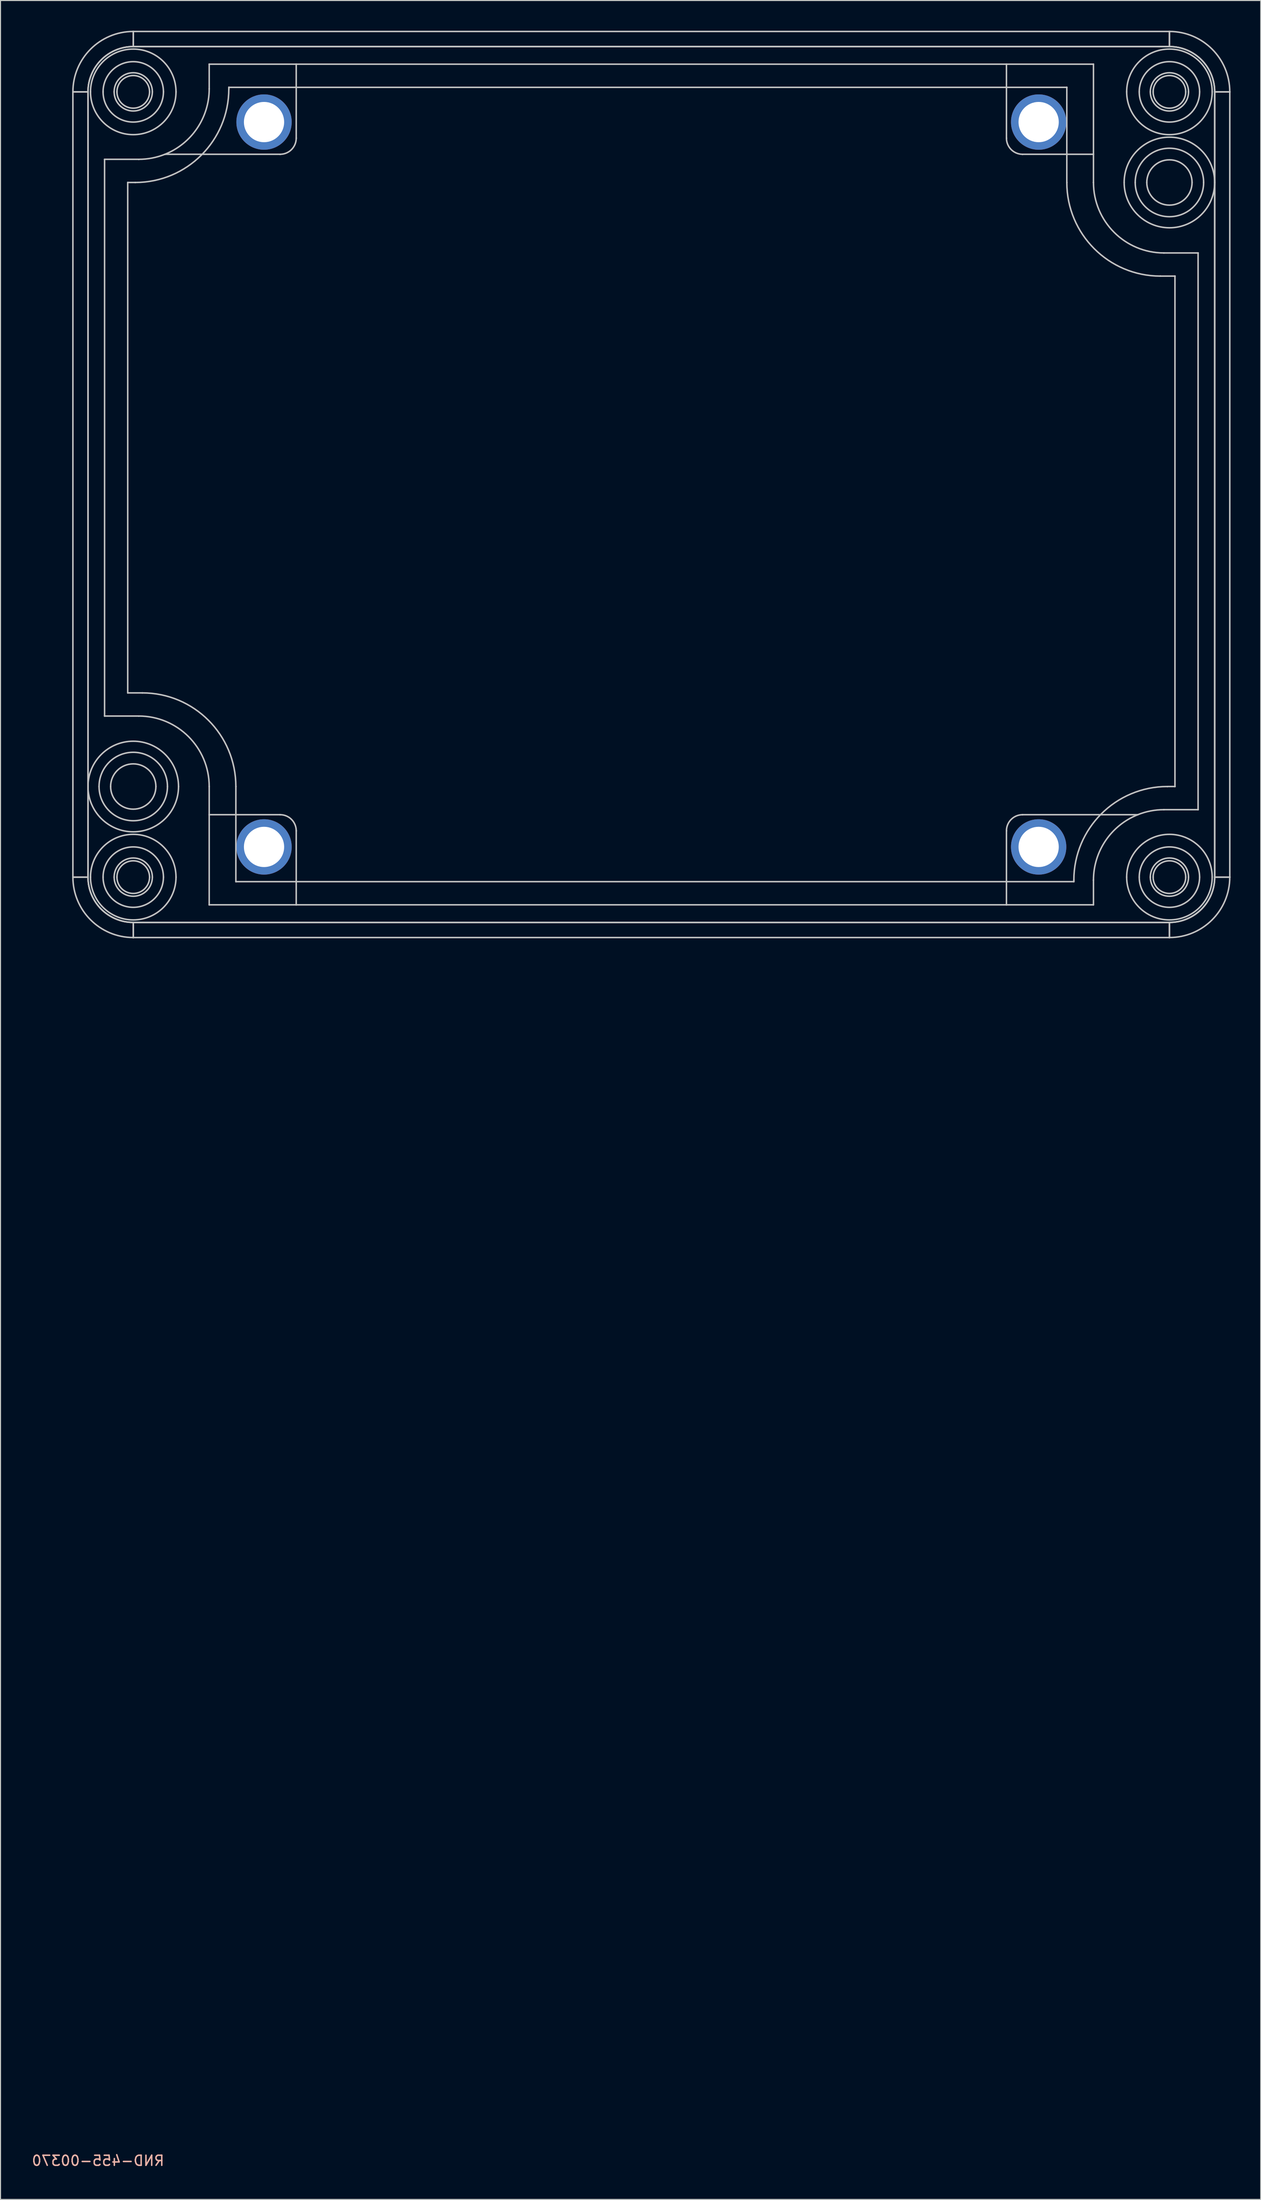
<source format=kicad_pcb>
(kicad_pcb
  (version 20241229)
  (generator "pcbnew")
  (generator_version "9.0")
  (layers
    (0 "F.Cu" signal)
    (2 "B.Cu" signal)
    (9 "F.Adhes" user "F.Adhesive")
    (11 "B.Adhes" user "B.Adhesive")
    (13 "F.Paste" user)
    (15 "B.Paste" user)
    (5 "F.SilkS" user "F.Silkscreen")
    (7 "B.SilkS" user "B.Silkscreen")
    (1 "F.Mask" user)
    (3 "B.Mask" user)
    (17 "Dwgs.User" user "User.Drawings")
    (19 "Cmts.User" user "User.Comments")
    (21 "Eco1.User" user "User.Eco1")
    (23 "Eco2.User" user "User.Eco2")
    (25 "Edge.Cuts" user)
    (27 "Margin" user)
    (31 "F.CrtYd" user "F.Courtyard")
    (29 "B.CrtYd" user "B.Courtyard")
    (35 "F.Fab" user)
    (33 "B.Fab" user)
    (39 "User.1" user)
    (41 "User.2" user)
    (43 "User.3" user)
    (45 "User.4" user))
  (footprint "RND-455-00370"
    (layer "F.Cu")
    (at 10.196 6.075)
    (property "Reference" "RND-455-00370" (at -3.5 205.5 0) (layer "B.SilkS") (effects (font (size 1 1) (thickness 0.15)) (justify mirror)))
    (attr through_hole)
    (fp_line (start -6 0) (end -6 0) (stroke (width 0.15) (type solid)) (layer "Dwgs.User"))
    (fp_line (start -6 0) (end -6 78) (stroke (width 0.15) (type solid)) (layer "Dwgs.User"))
    (fp_line (start -6 0) (end -4.5 0) (stroke (width 0.15) (type solid)) (layer "Dwgs.User"))
    (fp_line (start -6 78) (end -6 78) (stroke (width 0.15) (type solid)) (layer "Dwgs.User"))
    (fp_line (start -6 78) (end -4.5 78) (stroke (width 0.15) (type solid)) (layer "Dwgs.User"))
    (fp_line (start -6 0) (end -6 0) (stroke (width 0.15) (type solid)) (layer "Dwgs.User"))
    (fp_line (start -6 78) (end -6 78) (stroke (width 0.15) (type solid)) (layer "Dwgs.User"))
    (fp_line (start -4.5 0) (end -6 0) (stroke (width 0.15) (type solid)) (layer "Dwgs.User"))
    (fp_line (start -4.5 0) (end -4.5 78) (stroke (width 0.15) (type solid)) (layer "Dwgs.User"))
    (fp_line (start -4.5 78) (end -6 78) (stroke (width 0.15) (type solid)) (layer "Dwgs.User"))
    (fp_line (start -4.5 0) (end -4.5 78) (stroke (width 0.15) (type solid)) (layer "Dwgs.User"))
    (fp_line (start -2.85 6.7) (end -2.85 6.7) (stroke (width 0.15) (type solid)) (layer "Dwgs.User"))
    (fp_line (start -2.85 6.7) (end -2.85 62) (stroke (width 0.15) (type solid)) (layer "Dwgs.User"))
    (fp_line (start -2.85 6.7) (end 0.55 6.7) (stroke (width 0.15) (type solid)) (layer "Dwgs.User"))
    (fp_line (start -2.85 62) (end -2.85 62) (stroke (width 0.15) (type solid)) (layer "Dwgs.User"))
    (fp_line (start -0.55 9) (end -0.55 9) (stroke (width 0.15) (type solid)) (layer "Dwgs.User"))
    (fp_line (start -0.55 9) (end -0.55 59.7) (stroke (width 0.15) (type solid)) (layer "Dwgs.User"))
    (fp_line (start -0.55 59.7) (end -0.55 59.7) (stroke (width 0.15) (type solid)) (layer "Dwgs.User"))
    (fp_line (start -0.55 59.7) (end 0.9 59.7) (stroke (width 0.15) (type solid)) (layer "Dwgs.User"))
    (fp_line (start 0 -6) (end 0 -6) (stroke (width 0.15) (type solid)) (layer "Dwgs.User"))
    (fp_line (start 0 -6) (end 0 -6) (stroke (width 0.15) (type solid)) (layer "Dwgs.User"))
    (fp_line (start 0 -6) (end 0 -4.5) (stroke (width 0.15) (type solid)) (layer "Dwgs.User"))
    (fp_line (start 0 -6) (end 103 -6) (stroke (width 0.15) (type solid)) (layer "Dwgs.User"))
    (fp_line (start 0 -4.5) (end 0 -6) (stroke (width 0.15) (type solid)) (layer "Dwgs.User"))
    (fp_line (start 0 -4.5) (end 103 -4.5) (stroke (width 0.15) (type solid)) (layer "Dwgs.User"))
    (fp_line (start 0 -4.5) (end 103 -4.5) (stroke (width 0.15) (type solid)) (layer "Dwgs.User"))
    (fp_line (start 0 82.5) (end 0 84) (stroke (width 0.15) (type solid)) (layer "Dwgs.User"))
    (fp_line (start 0 82.5) (end 103 82.5) (stroke (width 0.15) (type solid)) (layer "Dwgs.User"))
    (fp_line (start 0 82.5) (end 103 82.5) (stroke (width 0.15) (type solid)) (layer "Dwgs.User"))
    (fp_line (start 0 84) (end 0 82.5) (stroke (width 0.15) (type solid)) (layer "Dwgs.User"))
    (fp_line (start 0 84) (end 0 84) (stroke (width 0.15) (type solid)) (layer "Dwgs.User"))
    (fp_line (start 0 84) (end 0 84) (stroke (width 0.15) (type solid)) (layer "Dwgs.User"))
    (fp_line (start 0 84) (end 103 84) (stroke (width 0.15) (type solid)) (layer "Dwgs.User"))
    (fp_line (start 0.2 9) (end -0.55 9) (stroke (width 0.15) (type solid)) (layer "Dwgs.User"))
    (fp_line (start 0.2 9) (end 0.2 9) (stroke (width 0.15) (type solid)) (layer "Dwgs.User"))
    (fp_line (start 0.55 6.7) (end 0.55 6.7) (stroke (width 0.15) (type solid)) (layer "Dwgs.User"))
    (fp_line (start 0.55 62) (end -2.85 62) (stroke (width 0.15) (type solid)) (layer "Dwgs.User"))
    (fp_line (start 0.55 62) (end 0.55 62) (stroke (width 0.15) (type solid)) (layer "Dwgs.User"))
    (fp_line (start 0.9 59.7) (end 0.9 59.7) (stroke (width 0.15) (type solid)) (layer "Dwgs.User"))
    (fp_line (start 3.148 6.2) (end 3.148 6.2) (stroke (width 0.15) (type solid)) (layer "Dwgs.User"))
    (fp_line (start 7.55 -2.75) (end 7.55 -2.75) (stroke (width 0.15) (type solid)) (layer "Dwgs.User"))
    (fp_line (start 7.55 -2.75) (end 16.2 -2.75) (stroke (width 0.15) (type solid)) (layer "Dwgs.User"))
    (fp_line (start 7.55 -0.3) (end 7.55 -2.75) (stroke (width 0.15) (type solid)) (layer "Dwgs.User"))
    (fp_line (start 7.55 -0.3) (end 7.55 -0.3) (stroke (width 0.15) (type solid)) (layer "Dwgs.User"))
    (fp_line (start 7.55 69) (end 7.55 69) (stroke (width 0.15) (type solid)) (layer "Dwgs.User"))
    (fp_line (start 7.55 71.8) (end 7.55 69) (stroke (width 0.15) (type solid)) (layer "Dwgs.User"))
    (fp_line (start 7.55 71.8) (end 7.55 71.8) (stroke (width 0.15) (type solid)) (layer "Dwgs.User"))
    (fp_line (start 7.55 71.8) (end 14.6 71.8) (stroke (width 0.15) (type solid)) (layer "Dwgs.User"))
    (fp_line (start 7.55 80.75) (end 7.55 71.8) (stroke (width 0.15) (type solid)) (layer "Dwgs.User"))
    (fp_line (start 7.55 80.75) (end 7.55 80.75) (stroke (width 0.15) (type solid)) (layer "Dwgs.User"))
    (fp_line (start 9.5 -0.45) (end 9.5 -0.45) (stroke (width 0.15) (type solid)) (layer "Dwgs.User"))
    (fp_line (start 9.5 -0.45) (end 9.5 -0.3) (stroke (width 0.15) (type solid)) (layer "Dwgs.User"))
    (fp_line (start 9.5 -0.3) (end 9.5 -0.3) (stroke (width 0.15) (type solid)) (layer "Dwgs.User"))
    (fp_line (start 10.2 78.45) (end 10.2 78.45) (stroke (width 0.15) (type solid)) (layer "Dwgs.User"))
    (fp_line (start 10.2 78.45) (end 93.5 78.45) (stroke (width 0.15) (type solid)) (layer "Dwgs.User"))
    (fp_line (start 10.2 69) (end 10.2 69) (stroke (width 0.15) (type solid)) (layer "Dwgs.User"))
    (fp_line (start 10.2 69) (end 10.2 78.45) (stroke (width 0.15) (type solid)) (layer "Dwgs.User"))
    (fp_line (start 14.6 6.2) (end 3.148 6.2) (stroke (width 0.15) (type solid)) (layer "Dwgs.User"))
    (fp_line (start 14.6 6.2) (end 14.6 6.2) (stroke (width 0.15) (type solid)) (layer "Dwgs.User"))
    (fp_line (start 14.6 71.8) (end 14.6 71.8) (stroke (width 0.15) (type solid)) (layer "Dwgs.User"))
    (fp_line (start 16.2 -2.75) (end 16.2 -2.75) (stroke (width 0.15) (type solid)) (layer "Dwgs.User"))
    (fp_line (start 16.2 -2.75) (end 16.2 4.6) (stroke (width 0.15) (type solid)) (layer "Dwgs.User"))
    (fp_line (start 16.2 4.6) (end 16.2 4.6) (stroke (width 0.15) (type solid)) (layer "Dwgs.User"))
    (fp_line (start 16.2 73.4) (end 16.2 73.4) (stroke (width 0.15) (type solid)) (layer "Dwgs.User"))
    (fp_line (start 16.2 73.4) (end 16.2 80.75) (stroke (width 0.15) (type solid)) (layer "Dwgs.User"))
    (fp_line (start 16.2 80.75) (end 7.55 80.75) (stroke (width 0.15) (type solid)) (layer "Dwgs.User"))
    (fp_line (start 16.2 80.75) (end 16.2 80.75) (stroke (width 0.15) (type solid)) (layer "Dwgs.User"))
    (fp_line (start 16.2 80.75) (end 86.8 80.75) (stroke (width 0.15) (type solid)) (layer "Dwgs.User"))
    (fp_line (start 86.8 73.4) (end 86.8 73.4) (stroke (width 0.15) (type solid)) (layer "Dwgs.User"))
    (fp_line (start 86.8 80.75) (end 86.8 80.75) (stroke (width 0.15) (type solid)) (layer "Dwgs.User"))
    (fp_line (start 86.8 -2.75) (end 16.2 -2.75) (stroke (width 0.15) (type solid)) (layer "Dwgs.User"))
    (fp_line (start 86.8 -2.75) (end 86.8 -2.75) (stroke (width 0.15) (type solid)) (layer "Dwgs.User"))
    (fp_line (start 86.8 -2.75) (end 95.45 -2.75) (stroke (width 0.15) (type solid)) (layer "Dwgs.User"))
    (fp_line (start 86.8 4.6) (end 86.8 -2.75) (stroke (width 0.15) (type solid)) (layer "Dwgs.User"))
    (fp_line (start 86.8 4.6) (end 86.8 4.6) (stroke (width 0.15) (type solid)) (layer "Dwgs.User"))
    (fp_line (start 86.8 80.75) (end 86.8 73.4) (stroke (width 0.15) (type solid)) (layer "Dwgs.User"))
    (fp_line (start 88.4 71.8) (end 88.4 71.8) (stroke (width 0.15) (type solid)) (layer "Dwgs.User"))
    (fp_line (start 88.4 71.8) (end 99.852 71.8) (stroke (width 0.15) (type solid)) (layer "Dwgs.User"))
    (fp_line (start 88.4 6.2) (end 88.4 6.2) (stroke (width 0.15) (type solid)) (layer "Dwgs.User"))
    (fp_line (start 92.8 9) (end 92.8 9) (stroke (width 0.15) (type solid)) (layer "Dwgs.User"))
    (fp_line (start 92.8 9) (end 92.8 -0.45) (stroke (width 0.15) (type solid)) (layer "Dwgs.User"))
    (fp_line (start 92.8 -0.45) (end 9.5 -0.45) (stroke (width 0.15) (type solid)) (layer "Dwgs.User"))
    (fp_line (start 92.8 -0.45) (end 92.8 -0.45) (stroke (width 0.15) (type solid)) (layer "Dwgs.User"))
    (fp_line (start 93.5 78.3) (end 93.5 78.3) (stroke (width 0.15) (type solid)) (layer "Dwgs.User"))
    (fp_line (start 93.5 78.45) (end 93.5 78.3) (stroke (width 0.15) (type solid)) (layer "Dwgs.User"))
    (fp_line (start 93.5 78.45) (end 93.5 78.45) (stroke (width 0.15) (type solid)) (layer "Dwgs.User"))
    (fp_line (start 95.45 -2.75) (end 95.45 -2.75) (stroke (width 0.15) (type solid)) (layer "Dwgs.User"))
    (fp_line (start 95.45 -2.75) (end 95.45 6.2) (stroke (width 0.15) (type solid)) (layer "Dwgs.User"))
    (fp_line (start 95.45 6.2) (end 88.4 6.2) (stroke (width 0.15) (type solid)) (layer "Dwgs.User"))
    (fp_line (start 95.45 6.2) (end 95.45 6.2) (stroke (width 0.15) (type solid)) (layer "Dwgs.User"))
    (fp_line (start 95.45 6.2) (end 95.45 9) (stroke (width 0.15) (type solid)) (layer "Dwgs.User"))
    (fp_line (start 95.45 9) (end 95.45 9) (stroke (width 0.15) (type solid)) (layer "Dwgs.User"))
    (fp_line (start 95.45 78.3) (end 95.45 78.3) (stroke (width 0.15) (type solid)) (layer "Dwgs.User"))
    (fp_line (start 95.45 78.3) (end 95.45 80.75) (stroke (width 0.15) (type solid)) (layer "Dwgs.User"))
    (fp_line (start 95.45 80.75) (end 86.8 80.75) (stroke (width 0.15) (type solid)) (layer "Dwgs.User"))
    (fp_line (start 95.45 80.75) (end 95.45 80.75) (stroke (width 0.15) (type solid)) (layer "Dwgs.User"))
    (fp_line (start 99.852 71.8) (end 99.852 71.8) (stroke (width 0.15) (type solid)) (layer "Dwgs.User"))
    (fp_line (start 102.1 18.3) (end 102.1 18.3) (stroke (width 0.15) (type solid)) (layer "Dwgs.User"))
    (fp_line (start 102.45 16) (end 102.45 16) (stroke (width 0.15) (type solid)) (layer "Dwgs.User"))
    (fp_line (start 102.45 16) (end 105.85 16) (stroke (width 0.15) (type solid)) (layer "Dwgs.User"))
    (fp_line (start 102.45 71.3) (end 102.45 71.3) (stroke (width 0.15) (type solid)) (layer "Dwgs.User"))
    (fp_line (start 102.8 69) (end 102.8 69) (stroke (width 0.15) (type solid)) (layer "Dwgs.User"))
    (fp_line (start 102.8 69) (end 103.55 69) (stroke (width 0.15) (type solid)) (layer "Dwgs.User"))
    (fp_line (start 103 -6) (end 103 -6) (stroke (width 0.15) (type solid)) (layer "Dwgs.User"))
    (fp_line (start 103 -6) (end 103 -6) (stroke (width 0.15) (type solid)) (layer "Dwgs.User"))
    (fp_line (start 103 -6) (end 103 -4.5) (stroke (width 0.15) (type solid)) (layer "Dwgs.User"))
    (fp_line (start 103 -4.5) (end 103 -6) (stroke (width 0.15) (type solid)) (layer "Dwgs.User"))
    (fp_line (start 103 82.5) (end 103 84) (stroke (width 0.15) (type solid)) (layer "Dwgs.User"))
    (fp_line (start 103 84) (end 103 82.5) (stroke (width 0.15) (type solid)) (layer "Dwgs.User"))
    (fp_line (start 103 84) (end 103 84) (stroke (width 0.15) (type solid)) (layer "Dwgs.User"))
    (fp_line (start 103 84) (end 103 84) (stroke (width 0.15) (type solid)) (layer "Dwgs.User"))
    (fp_line (start 103.55 18.3) (end 102.1 18.3) (stroke (width 0.15) (type solid)) (layer "Dwgs.User"))
    (fp_line (start 103.55 18.3) (end 103.55 18.3) (stroke (width 0.15) (type solid)) (layer "Dwgs.User"))
    (fp_line (start 103.55 69) (end 103.55 18.3) (stroke (width 0.15) (type solid)) (layer "Dwgs.User"))
    (fp_line (start 103.55 69) (end 103.55 69) (stroke (width 0.15) (type solid)) (layer "Dwgs.User"))
    (fp_line (start 105.85 16) (end 105.85 16) (stroke (width 0.15) (type solid)) (layer "Dwgs.User"))
    (fp_line (start 105.85 71.3) (end 102.45 71.3) (stroke (width 0.15) (type solid)) (layer "Dwgs.User"))
    (fp_line (start 105.85 71.3) (end 105.85 16) (stroke (width 0.15) (type solid)) (layer "Dwgs.User"))
    (fp_line (start 105.85 71.3) (end 105.85 71.3) (stroke (width 0.15) (type solid)) (layer "Dwgs.User"))
    (fp_line (start 107.5 0) (end 107.5 78) (stroke (width 0.15) (type solid)) (layer "Dwgs.User"))
    (fp_line (start 107.5 0) (end 107.5 78) (stroke (width 0.15) (type solid)) (layer "Dwgs.User"))
    (fp_line (start 107.5 0) (end 109 0) (stroke (width 0.15) (type solid)) (layer "Dwgs.User"))
    (fp_line (start 107.5 78) (end 109 78) (stroke (width 0.15) (type solid)) (layer "Dwgs.User"))
    (fp_line (start 109 0) (end 107.5 0) (stroke (width 0.15) (type solid)) (layer "Dwgs.User"))
    (fp_line (start 109 0) (end 109 0) (stroke (width 0.15) (type solid)) (layer "Dwgs.User"))
    (fp_line (start 109 0) (end 109 78) (stroke (width 0.15) (type solid)) (layer "Dwgs.User"))
    (fp_line (start 109 78) (end 107.5 78) (stroke (width 0.15) (type solid)) (layer "Dwgs.User"))
    (fp_line (start 109 78) (end 109 78) (stroke (width 0.15) (type solid)) (layer "Dwgs.User"))
    (fp_line (start 109 0) (end 109 0) (stroke (width 0.15) (type solid)) (layer "Dwgs.User"))
    (fp_line (start 109 78) (end 109 78) (stroke (width 0.15) (type solid)) (layer "Dwgs.User"))
    (fp_arc (start -5.999999 -0.000002) (mid -4.242639 -4.242641) (end 0.000002 -5.999999) (stroke (width 0.15) (type solid)) (layer "Dwgs.User"))
    (fp_arc (start -4.499999 -0.000001) (mid -3.181979 -3.181981) (end 0.000001 -4.499999) (stroke (width 0.15) (type solid)) (layer "Dwgs.User"))
    (fp_arc (start -4.499999 -0.000001) (mid -3.181979 -3.181981) (end 0.000001 -4.499999) (stroke (width 0.15) (type solid)) (layer "Dwgs.User"))
    (fp_arc (start -4.499999 68.999998) (mid 0.000001 64.500001) (end 4.499999 69) (stroke (width 0.15) (type solid)) (layer "Dwgs.User"))
    (fp_arc (start -4.249999 -0.000001) (mid 0 -4.249999) (end 4.249999 0) (stroke (width 0.15) (type solid)) (layer "Dwgs.User"))
    (fp_arc (start -4.249999 77.999998) (mid 0.000001 73.750001) (end 4.249999 78.000001) (stroke (width 0.15) (type solid)) (layer "Dwgs.User"))
    (fp_arc (start -3.399999 68.999998) (mid 0.000002 65.600001) (end 3.399999 69.000001) (stroke (width 0.15) (type solid)) (layer "Dwgs.User"))
    (fp_arc (start -2.999999 -0.000001) (mid 0.000001 -2.999999) (end 2.999999 0) (stroke (width 0.15) (type solid)) (layer "Dwgs.User"))
    (fp_arc (start -2.999999 77.999998) (mid 0.000002 75.000001) (end 2.999999 78.000001) (stroke (width 0.15) (type solid)) (layer "Dwgs.User"))
    (fp_arc (start -2.249999 68.999999) (mid 0 66.750001) (end 2.249999 69) (stroke (width 0.15) (type solid)) (layer "Dwgs.User"))
    (fp_arc (start -1.899999 0) (mid 0 -1.899999) (end 1.899999 -0.000001) (stroke (width 0.15) (type solid)) (layer "Dwgs.User"))
    (fp_arc (start -1.899999 77.999999) (mid 0.000001 76.100001) (end 1.899999 78) (stroke (width 0.15) (type solid)) (layer "Dwgs.User"))
    (fp_arc (start -1.621124 0) (mid -0.000001 -1.621124) (end 1.621124 -0.000001) (stroke (width 0.15) (type solid)) (layer "Dwgs.User"))
    (fp_arc (start -1.621124 77.999999) (mid 0 76.378876) (end 1.621124 78) (stroke (width 0.15) (type solid)) (layer "Dwgs.User"))
    (fp_arc (start 0.000002 82.499999) (mid -3.18198 81.18198) (end -4.5 77.999998) (stroke (width 0.15) (type solid)) (layer "Dwgs.User"))
    (fp_arc (start 0.000002 82.499999) (mid -3.181979 81.18198) (end -4.499999 77.999999) (stroke (width 0.15) (type solid)) (layer "Dwgs.User"))
    (fp_arc (start 0.000002 83.999999) (mid -4.24264 82.24264) (end -5.999999 77.999998) (stroke (width 0.15) (type solid)) (layer "Dwgs.User"))
    (fp_arc (start 0.550003 62) (mid 5.499749 64.050254) (end 7.55 69.000001) (stroke (width 0.15) (type solid)) (layer "Dwgs.User"))
    (fp_arc (start 0.900004 59.7) (mid 7.476095 62.423908) (end 10.200001 69) (stroke (width 0.15) (type solid)) (layer "Dwgs.User"))
    (fp_arc (start 1.621125 0) (mid -0.000001 1.621125) (end -1.621125 -0.000001) (stroke (width 0.15) (type solid)) (layer "Dwgs.User"))
    (fp_arc (start 1.621125 78) (mid -0.000001 79.621125) (end -1.621125 77.999999) (stroke (width 0.15) (type solid)) (layer "Dwgs.User"))
    (fp_arc (start 1.9 0) (mid 0 1.9) (end -1.9 -0.000001) (stroke (width 0.15) (type solid)) (layer "Dwgs.User"))
    (fp_arc (start 1.9 78) (mid 0 79.9) (end -1.9 77.999999) (stroke (width 0.15) (type solid)) (layer "Dwgs.User"))
    (fp_arc (start 2.25 69) (mid -0.000001 71.25) (end -2.25 68.999999) (stroke (width 0.15) (type solid)) (layer "Dwgs.User"))
    (fp_arc (start 3 0) (mid 0 3) (end -3 -0.000001) (stroke (width 0.15) (type solid)) (layer "Dwgs.User"))
    (fp_arc (start 3 78) (mid 0 81) (end -3 77.999999) (stroke (width 0.15) (type solid)) (layer "Dwgs.User"))
    (fp_arc (start 3.148077 6.2) (mid 1.872877 6.573864) (end 0.550002 6.7) (stroke (width 0.15) (type solid)) (layer "Dwgs.User"))
    (fp_arc (start 3.4 69) (mid -0.000001 72.4) (end -3.4 68.999999) (stroke (width 0.15) (type solid)) (layer "Dwgs.User"))
    (fp_arc (start 4.25 0) (mid -0.000001 4.25) (end -4.25 -0.000001) (stroke (width 0.15) (type solid)) (layer "Dwgs.User"))
    (fp_arc (start 4.25 78) (mid -0.000001 82.25) (end -4.25 77.999999) (stroke (width 0.15) (type solid)) (layer "Dwgs.User"))
    (fp_arc (start 4.500001 69) (mid -0.000001 73.500001) (end -4.500001 68.999998) (stroke (width 0.15) (type solid)) (layer "Dwgs.User"))
    (fp_arc (start 7.55 -0.3) (mid 6.34597 3.625141) (end 3.148077 6.2) (stroke (width 0.15) (type solid)) (layer "Dwgs.User"))
    (fp_arc (start 9.5 -0.3) (mid 6.776094 6.276092) (end 0.200003 9) (stroke (width 0.15) (type solid)) (layer "Dwgs.User"))
    (fp_arc (start 11.400001 3) (mid 12.999999 1.400001) (end 14.599999 2.999999) (stroke (width 0.15) (type solid)) (layer "Dwgs.User"))
    (fp_arc (start 11.400001 74.999999) (mid 13 73.400001) (end 14.599999 75) (stroke (width 0.15) (type solid)) (layer "Dwgs.User"))
    (fp_arc (start 14.6 3) (mid 12.999999 4.6) (end 11.4 2.999999) (stroke (width 0.15) (type solid)) (layer "Dwgs.User"))
    (fp_arc (start 14.6 75) (mid 12.999999 76.6) (end 11.4 74.999999) (stroke (width 0.15) (type solid)) (layer "Dwgs.User"))
    (fp_arc (start 14.600001 71.8) (mid 15.731371 72.26863) (end 16.2 73.4) (stroke (width 0.15) (type solid)) (layer "Dwgs.User"))
    (fp_arc (start 16.2 4.6) (mid 15.731371 5.73137) (end 14.600001 6.2) (stroke (width 0.15) (type solid)) (layer "Dwgs.User"))
    (fp_arc (start 86.8 73.399999) (mid 87.26863 72.268629) (end 88.4 71.800001) (stroke (width 0.15) (type solid)) (layer "Dwgs.User"))
    (fp_arc (start 88.4 3) (mid 90 1.4) (end 91.6 2.999999) (stroke (width 0.15) (type solid)) (layer "Dwgs.User"))
    (fp_arc (start 88.4 6.2) (mid 87.26863 5.731371) (end 86.800001 4.6) (stroke (width 0.15) (type solid)) (layer "Dwgs.User"))
    (fp_arc (start 88.4 74.999999) (mid 90.000001 73.4) (end 91.6 75) (stroke (width 0.15) (type solid)) (layer "Dwgs.User"))
    (fp_arc (start 91.6 3) (mid 89.999999 4.6) (end 88.4 2.999999) (stroke (width 0.15) (type solid)) (layer "Dwgs.User"))
    (fp_arc (start 91.6 75) (mid 89.999999 76.6) (end 88.4 74.999999) (stroke (width 0.15) (type solid)) (layer "Dwgs.User"))
    (fp_arc (start 93.5 78.299996) (mid 96.22391 71.723904) (end 102.800004 69) (stroke (width 0.15) (type solid)) (layer "Dwgs.User"))
    (fp_arc (start 95.45 78.299997) (mid 96.65403 74.374859) (end 99.851921 71.800001) (stroke (width 0.15) (type solid)) (layer "Dwgs.User"))
    (fp_arc (start 98.5 8.999999) (mid 103 4.5) (end 107.5 8.999999) (stroke (width 0.15) (type solid)) (layer "Dwgs.User"))
    (fp_arc (start 98.75 -0.000001) (mid 103 -4.25) (end 107.25 0) (stroke (width 0.15) (type solid)) (layer "Dwgs.User"))
    (fp_arc (start 98.75 77.999998) (mid 103.000001 73.75) (end 107.25 78.000001) (stroke (width 0.15) (type solid)) (layer "Dwgs.User"))
    (fp_arc (start 99.6 8.999999) (mid 103 5.6) (end 106.4 9) (stroke (width 0.15) (type solid)) (layer "Dwgs.User"))
    (fp_arc (start 99.85192 71.800001) (mid 101.127123 71.426136) (end 102.450002 71.3) (stroke (width 0.15) (type solid)) (layer "Dwgs.User"))
    (fp_arc (start 100 -0.000001) (mid 103.000001 -3) (end 106 0) (stroke (width 0.15) (type solid)) (layer "Dwgs.User"))
    (fp_arc (start 100 77.999998) (mid 103.000002 75) (end 106 78.000001) (stroke (width 0.15) (type solid)) (layer "Dwgs.User"))
    (fp_arc (start 100.75 9) (mid 102.999999 6.75) (end 105.25 8.999999) (stroke (width 0.15) (type solid)) (layer "Dwgs.User"))
    (fp_arc (start 101.1 0) (mid 103 -1.9) (end 104.9 -0.000001) (stroke (width 0.15) (type solid)) (layer "Dwgs.User"))
    (fp_arc (start 101.1 77.999999) (mid 103.000001 76.1) (end 104.9 78) (stroke (width 0.15) (type solid)) (layer "Dwgs.User"))
    (fp_arc (start 101.378875 0) (mid 102.999999 -1.621125) (end 104.621125 -0.000001) (stroke (width 0.15) (type solid)) (layer "Dwgs.User"))
    (fp_arc (start 101.378875 77.999999) (mid 103 76.378875) (end 104.621125 78) (stroke (width 0.15) (type solid)) (layer "Dwgs.User"))
    (fp_arc (start 102.100003 18.3) (mid 95.523907 15.576094) (end 92.799999 8.999998) (stroke (width 0.15) (type solid)) (layer "Dwgs.User"))
    (fp_arc (start 102.450002 16) (mid 97.500253 13.949747) (end 95.450001 8.999998) (stroke (width 0.15) (type solid)) (layer "Dwgs.User"))
    (fp_arc (start 103.000001 -5.999999) (mid 107.24264 -4.24264) (end 108.999999 -0.000001) (stroke (width 0.15) (type solid)) (layer "Dwgs.User"))
    (fp_arc (start 103.000001 -4.499999) (mid 106.18198 -3.181979) (end 107.499999 0) (stroke (width 0.15) (type solid)) (layer "Dwgs.User"))
    (fp_arc (start 103.000001 -4.499999) (mid 106.18198 -3.181979) (end 107.499999 0) (stroke (width 0.15) (type solid)) (layer "Dwgs.User"))
    (fp_arc (start 104.621125 0) (mid 102.999999 1.621125) (end 101.378875 -0.000001) (stroke (width 0.15) (type solid)) (layer "Dwgs.User"))
    (fp_arc (start 104.621125 78) (mid 102.999999 79.621125) (end 101.378875 77.999999) (stroke (width 0.15) (type solid)) (layer "Dwgs.User"))
    (fp_arc (start 104.9 0) (mid 103 1.9) (end 101.1 -0.000001) (stroke (width 0.15) (type solid)) (layer "Dwgs.User"))
    (fp_arc (start 104.9 78) (mid 103 79.9) (end 101.1 77.999999) (stroke (width 0.15) (type solid)) (layer "Dwgs.User"))
    (fp_arc (start 105.25 9) (mid 102.999999 11.25) (end 100.75 8.999999) (stroke (width 0.15) (type solid)) (layer "Dwgs.User"))
    (fp_arc (start 105.999999 0) (mid 102.999999 2.999999) (end 100.000001 -0.000001) (stroke (width 0.15) (type solid)) (layer "Dwgs.User"))
    (fp_arc (start 105.999999 78) (mid 102.999999 80.999999) (end 100.000001 77.999999) (stroke (width 0.15) (type solid)) (layer "Dwgs.User"))
    (fp_arc (start 106.4 9) (mid 102.999999 12.4) (end 99.6 8.999999) (stroke (width 0.15) (type solid)) (layer "Dwgs.User"))
    (fp_arc (start 107.25 0) (mid 102.999999 4.25) (end 98.75 -0.000001) (stroke (width 0.15) (type solid)) (layer "Dwgs.User"))
    (fp_arc (start 107.25 78) (mid 102.999999 82.25) (end 98.75 77.999999) (stroke (width 0.15) (type solid)) (layer "Dwgs.User"))
    (fp_arc (start 107.499999 78) (mid 106.18198 81.181979) (end 103.000001 82.499999) (stroke (width 0.15) (type solid)) (layer "Dwgs.User"))
    (fp_arc (start 107.5 9) (mid 102.999999 13.5) (end 98.5 8.999998) (stroke (width 0.15) (type solid)) (layer "Dwgs.User"))
    (fp_arc (start 107.5 78) (mid 106.181981 81.18198) (end 103.000001 82.5) (stroke (width 0.15) (type solid)) (layer "Dwgs.User"))
    (fp_arc (start 108.999999 78) (mid 107.242641 82.242639) (end 103.000002 83.999999) (stroke (width 0.15) (type solid)) (layer "Dwgs.User"))
    (pad "1" thru_hole circle (at 13 3 90) (size 5.5 5.5) (drill 4) (layers "*.Cu" "*.Mask"))
    (pad "1" thru_hole circle (at 13 75 90) (size 5.5 5.5) (drill 4) (layers "*.Cu" "*.Mask"))
    (pad "1" thru_hole circle (at 90 3 90) (size 5.5 5.5) (drill 4) (layers "*.Cu" "*.Mask"))
    (pad "1" thru_hole circle (at 90 75 90) (size 5.5 5.5) (drill 4) (layers "*.Cu" "*.Mask")))
  (gr_rect
    (start -3 -3)
    (end 122.271 215.423)
    (stroke (width 0.1) (type default))
    (fill no)
    (layer "Edge.Cuts")))
</source>
